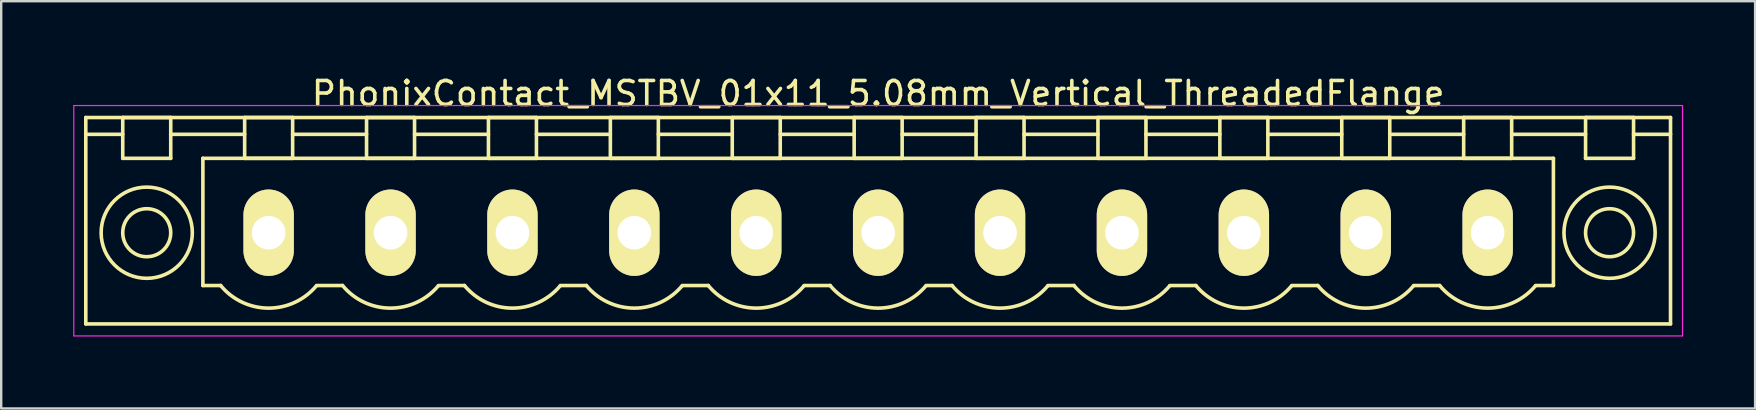
<source format=kicad_pcb>
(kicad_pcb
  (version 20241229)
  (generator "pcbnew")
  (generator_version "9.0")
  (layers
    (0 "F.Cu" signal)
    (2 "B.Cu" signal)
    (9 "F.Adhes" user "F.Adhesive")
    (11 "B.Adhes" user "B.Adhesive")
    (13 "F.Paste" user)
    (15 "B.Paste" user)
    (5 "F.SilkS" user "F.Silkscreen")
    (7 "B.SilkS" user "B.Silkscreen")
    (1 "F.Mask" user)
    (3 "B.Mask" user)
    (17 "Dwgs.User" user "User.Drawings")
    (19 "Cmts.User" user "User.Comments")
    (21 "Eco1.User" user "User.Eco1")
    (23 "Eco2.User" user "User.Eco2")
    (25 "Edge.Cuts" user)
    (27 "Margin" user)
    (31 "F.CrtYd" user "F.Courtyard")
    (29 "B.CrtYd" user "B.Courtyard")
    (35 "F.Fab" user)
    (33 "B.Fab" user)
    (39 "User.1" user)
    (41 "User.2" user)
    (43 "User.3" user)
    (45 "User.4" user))
  (footprint "PhonixContact_MSTBV_01x11_5.08mm_Vertical_ThreadedFlange"
    (layer "F.Cu")
    (at 8.145 6.648)
    (property "Reference" "PhonixContact_MSTBV_01x11_5.08mm_Vertical_ThreadedFlange" (at 25.4 -5.8 0) (layer "F.SilkS") (effects (font (size 1 1) (thickness 0.15))))
    (attr through_hole)
    (fp_line (start -7.62 -4.8) (end -7.62 3.8) (stroke (width 0.15) (type solid)) (layer "F.SilkS"))
    (fp_line (start -7.62 -4.1) (end -6.08 -4.1) (stroke (width 0.15) (type solid)) (layer "F.SilkS"))
    (fp_line (start -7.62 3.8) (end 58.42 3.8) (stroke (width 0.15) (type solid)) (layer "F.SilkS"))
    (fp_line (start -6.08 -4.8) (end -4.08 -4.8) (stroke (width 0.15) (type solid)) (layer "F.SilkS"))
    (fp_line (start -6.08 -3.1) (end -6.08 -4.8) (stroke (width 0.15) (type solid)) (layer "F.SilkS"))
    (fp_line (start -4.08 -4.8) (end -4.08 -3.1) (stroke (width 0.15) (type solid)) (layer "F.SilkS"))
    (fp_line (start -4.08 -4.1) (end -1 -4.1) (stroke (width 0.15) (type solid)) (layer "F.SilkS"))
    (fp_line (start -4.08 -3.1) (end -6.08 -3.1) (stroke (width 0.15) (type solid)) (layer "F.SilkS"))
    (fp_line (start -2.74 -3.1) (end 53.54 -3.1) (stroke (width 0.15) (type solid)) (layer "F.SilkS"))
    (fp_line (start -2.74 2.2) (end -2.74 -3.1) (stroke (width 0.15) (type solid)) (layer "F.SilkS"))
    (fp_line (start -2 2.2) (end -2.74 2.2) (stroke (width 0.15) (type solid)) (layer "F.SilkS"))
    (fp_line (start -1 -4.8) (end 1 -4.8) (stroke (width 0.15) (type solid)) (layer "F.SilkS"))
    (fp_line (start -1 -3.1) (end -1 -4.8) (stroke (width 0.15) (type solid)) (layer "F.SilkS"))
    (fp_line (start 1 -4.8) (end 1 -3.1) (stroke (width 0.15) (type solid)) (layer "F.SilkS"))
    (fp_line (start 1 -4.1) (end 4.08 -4.1) (stroke (width 0.15) (type solid)) (layer "F.SilkS"))
    (fp_line (start 1 -3.1) (end -1 -3.1) (stroke (width 0.15) (type solid)) (layer "F.SilkS"))
    (fp_line (start 2 2.2) (end 3.08 2.2) (stroke (width 0.15) (type solid)) (layer "F.SilkS"))
    (fp_line (start 4.08 -4.8) (end 6.08 -4.8) (stroke (width 0.15) (type solid)) (layer "F.SilkS"))
    (fp_line (start 4.08 -3.1) (end 4.08 -4.8) (stroke (width 0.15) (type solid)) (layer "F.SilkS"))
    (fp_line (start 6.08 -4.8) (end 6.08 -3.1) (stroke (width 0.15) (type solid)) (layer "F.SilkS"))
    (fp_line (start 6.08 -4.1) (end 9.16 -4.1) (stroke (width 0.15) (type solid)) (layer "F.SilkS"))
    (fp_line (start 6.08 -3.1) (end 4.08 -3.1) (stroke (width 0.15) (type solid)) (layer "F.SilkS"))
    (fp_line (start 7.08 2.2) (end 8.16 2.2) (stroke (width 0.15) (type solid)) (layer "F.SilkS"))
    (fp_line (start 9.16 -4.8) (end 11.16 -4.8) (stroke (width 0.15) (type solid)) (layer "F.SilkS"))
    (fp_line (start 9.16 -3.1) (end 9.16 -4.8) (stroke (width 0.15) (type solid)) (layer "F.SilkS"))
    (fp_line (start 11.16 -4.8) (end 11.16 -3.1) (stroke (width 0.15) (type solid)) (layer "F.SilkS"))
    (fp_line (start 11.16 -4.1) (end 14.24 -4.1) (stroke (width 0.15) (type solid)) (layer "F.SilkS"))
    (fp_line (start 11.16 -3.1) (end 9.16 -3.1) (stroke (width 0.15) (type solid)) (layer "F.SilkS"))
    (fp_line (start 12.16 2.2) (end 13.24 2.2) (stroke (width 0.15) (type solid)) (layer "F.SilkS"))
    (fp_line (start 14.24 -4.8) (end 16.24 -4.8) (stroke (width 0.15) (type solid)) (layer "F.SilkS"))
    (fp_line (start 14.24 -3.1) (end 14.24 -4.8) (stroke (width 0.15) (type solid)) (layer "F.SilkS"))
    (fp_line (start 16.24 -4.8) (end 16.24 -3.1) (stroke (width 0.15) (type solid)) (layer "F.SilkS"))
    (fp_line (start 16.24 -4.1) (end 19.32 -4.1) (stroke (width 0.15) (type solid)) (layer "F.SilkS"))
    (fp_line (start 16.24 -3.1) (end 14.24 -3.1) (stroke (width 0.15) (type solid)) (layer "F.SilkS"))
    (fp_line (start 17.24 2.2) (end 18.32 2.2) (stroke (width 0.15) (type solid)) (layer "F.SilkS"))
    (fp_line (start 19.32 -4.8) (end 21.32 -4.8) (stroke (width 0.15) (type solid)) (layer "F.SilkS"))
    (fp_line (start 19.32 -3.1) (end 19.32 -4.8) (stroke (width 0.15) (type solid)) (layer "F.SilkS"))
    (fp_line (start 21.32 -4.8) (end 21.32 -3.1) (stroke (width 0.15) (type solid)) (layer "F.SilkS"))
    (fp_line (start 21.32 -4.1) (end 24.4 -4.1) (stroke (width 0.15) (type solid)) (layer "F.SilkS"))
    (fp_line (start 21.32 -3.1) (end 19.32 -3.1) (stroke (width 0.15) (type solid)) (layer "F.SilkS"))
    (fp_line (start 22.32 2.2) (end 23.4 2.2) (stroke (width 0.15) (type solid)) (layer "F.SilkS"))
    (fp_line (start 24.4 -4.8) (end 26.4 -4.8) (stroke (width 0.15) (type solid)) (layer "F.SilkS"))
    (fp_line (start 24.4 -3.1) (end 24.4 -4.8) (stroke (width 0.15) (type solid)) (layer "F.SilkS"))
    (fp_line (start 26.4 -4.8) (end 26.4 -3.1) (stroke (width 0.15) (type solid)) (layer "F.SilkS"))
    (fp_line (start 26.4 -4.1) (end 29.48 -4.1) (stroke (width 0.15) (type solid)) (layer "F.SilkS"))
    (fp_line (start 26.4 -3.1) (end 24.4 -3.1) (stroke (width 0.15) (type solid)) (layer "F.SilkS"))
    (fp_line (start 27.4 2.2) (end 28.48 2.2) (stroke (width 0.15) (type solid)) (layer "F.SilkS"))
    (fp_line (start 29.48 -4.8) (end 31.48 -4.8) (stroke (width 0.15) (type solid)) (layer "F.SilkS"))
    (fp_line (start 29.48 -3.1) (end 29.48 -4.8) (stroke (width 0.15) (type solid)) (layer "F.SilkS"))
    (fp_line (start 31.48 -4.8) (end 31.48 -3.1) (stroke (width 0.15) (type solid)) (layer "F.SilkS"))
    (fp_line (start 31.48 -4.1) (end 34.56 -4.1) (stroke (width 0.15) (type solid)) (layer "F.SilkS"))
    (fp_line (start 31.48 -3.1) (end 29.48 -3.1) (stroke (width 0.15) (type solid)) (layer "F.SilkS"))
    (fp_line (start 32.48 2.2) (end 33.56 2.2) (stroke (width 0.15) (type solid)) (layer "F.SilkS"))
    (fp_line (start 34.56 -4.8) (end 36.56 -4.8) (stroke (width 0.15) (type solid)) (layer "F.SilkS"))
    (fp_line (start 34.56 -3.1) (end 34.56 -4.8) (stroke (width 0.15) (type solid)) (layer "F.SilkS"))
    (fp_line (start 36.56 -4.8) (end 36.56 -3.1) (stroke (width 0.15) (type solid)) (layer "F.SilkS"))
    (fp_line (start 36.56 -4.1) (end 39.64 -4.1) (stroke (width 0.15) (type solid)) (layer "F.SilkS"))
    (fp_line (start 36.56 -3.1) (end 34.56 -3.1) (stroke (width 0.15) (type solid)) (layer "F.SilkS"))
    (fp_line (start 37.56 2.2) (end 38.64 2.2) (stroke (width 0.15) (type solid)) (layer "F.SilkS"))
    (fp_line (start 39.64 -4.8) (end 41.64 -4.8) (stroke (width 0.15) (type solid)) (layer "F.SilkS"))
    (fp_line (start 39.64 -3.1) (end 39.64 -4.8) (stroke (width 0.15) (type solid)) (layer "F.SilkS"))
    (fp_line (start 41.64 -4.8) (end 41.64 -3.1) (stroke (width 0.15) (type solid)) (layer "F.SilkS"))
    (fp_line (start 41.64 -4.1) (end 44.72 -4.1) (stroke (width 0.15) (type solid)) (layer "F.SilkS"))
    (fp_line (start 41.64 -3.1) (end 39.64 -3.1) (stroke (width 0.15) (type solid)) (layer "F.SilkS"))
    (fp_line (start 42.64 2.2) (end 43.72 2.2) (stroke (width 0.15) (type solid)) (layer "F.SilkS"))
    (fp_line (start 44.72 -4.8) (end 46.72 -4.8) (stroke (width 0.15) (type solid)) (layer "F.SilkS"))
    (fp_line (start 44.72 -3.1) (end 44.72 -4.8) (stroke (width 0.15) (type solid)) (layer "F.SilkS"))
    (fp_line (start 46.72 -4.8) (end 46.72 -3.1) (stroke (width 0.15) (type solid)) (layer "F.SilkS"))
    (fp_line (start 46.72 -4.1) (end 49.8 -4.1) (stroke (width 0.15) (type solid)) (layer "F.SilkS"))
    (fp_line (start 46.72 -3.1) (end 44.72 -3.1) (stroke (width 0.15) (type solid)) (layer "F.SilkS"))
    (fp_line (start 47.72 2.2) (end 48.8 2.2) (stroke (width 0.15) (type solid)) (layer "F.SilkS"))
    (fp_line (start 49.8 -4.8) (end 51.8 -4.8) (stroke (width 0.15) (type solid)) (layer "F.SilkS"))
    (fp_line (start 49.8 -3.1) (end 49.8 -4.8) (stroke (width 0.15) (type solid)) (layer "F.SilkS"))
    (fp_line (start 51.8 -4.8) (end 51.8 -3.1) (stroke (width 0.15) (type solid)) (layer "F.SilkS"))
    (fp_line (start 51.8 -4.1) (end 54.88 -4.1) (stroke (width 0.15) (type solid)) (layer "F.SilkS"))
    (fp_line (start 51.8 -3.1) (end 49.8 -3.1) (stroke (width 0.15) (type solid)) (layer "F.SilkS"))
    (fp_line (start 53.54 -3.1) (end 53.54 2.2) (stroke (width 0.15) (type solid)) (layer "F.SilkS"))
    (fp_line (start 53.54 2.2) (end 52.8 2.2) (stroke (width 0.15) (type solid)) (layer "F.SilkS"))
    (fp_line (start 54.88 -4.8) (end 56.88 -4.8) (stroke (width 0.15) (type solid)) (layer "F.SilkS"))
    (fp_line (start 54.88 -3.1) (end 54.88 -4.8) (stroke (width 0.15) (type solid)) (layer "F.SilkS"))
    (fp_line (start 56.88 -4.8) (end 56.88 -3.1) (stroke (width 0.15) (type solid)) (layer "F.SilkS"))
    (fp_line (start 56.88 -3.1) (end 54.88 -3.1) (stroke (width 0.15) (type solid)) (layer "F.SilkS"))
    (fp_line (start 58.42 -4.8) (end -7.62 -4.8) (stroke (width 0.15) (type solid)) (layer "F.SilkS"))
    (fp_line (start 58.42 -4.1) (end 56.88 -4.1) (stroke (width 0.15) (type solid)) (layer "F.SilkS"))
    (fp_line (start 58.42 3.8) (end 58.42 -4.8) (stroke (width 0.15) (type solid)) (layer "F.SilkS"))
    (fp_arc (start 1.986842 2.215821) (mid -0.010289 3.142758) (end -2 2.2) (stroke (width 0.15) (type solid)) (layer "F.SilkS"))
    (fp_arc (start 7.066842 2.215821) (mid 5.069711 3.142758) (end 3.08 2.2) (stroke (width 0.15) (type solid)) (layer "F.SilkS"))
    (fp_arc (start 12.146842 2.215821) (mid 10.149711 3.142758) (end 8.16 2.2) (stroke (width 0.15) (type solid)) (layer "F.SilkS"))
    (fp_arc (start 17.226842 2.215821) (mid 15.229711 3.142758) (end 13.24 2.2) (stroke (width 0.15) (type solid)) (layer "F.SilkS"))
    (fp_arc (start 22.306842 2.215821) (mid 20.309711 3.142758) (end 18.32 2.2) (stroke (width 0.15) (type solid)) (layer "F.SilkS"))
    (fp_arc (start 27.386842 2.215821) (mid 25.389711 3.142758) (end 23.4 2.2) (stroke (width 0.15) (type solid)) (layer "F.SilkS"))
    (fp_arc (start 32.466842 2.215821) (mid 30.469711 3.142758) (end 28.48 2.2) (stroke (width 0.15) (type solid)) (layer "F.SilkS"))
    (fp_arc (start 37.546842 2.215821) (mid 35.549711 3.142758) (end 33.56 2.2) (stroke (width 0.15) (type solid)) (layer "F.SilkS"))
    (fp_arc (start 42.626842 2.215821) (mid 40.629711 3.142758) (end 38.64 2.2) (stroke (width 0.15) (type solid)) (layer "F.SilkS"))
    (fp_arc (start 47.706842 2.215821) (mid 45.709711 3.142758) (end 43.72 2.2) (stroke (width 0.15) (type solid)) (layer "F.SilkS"))
    (fp_arc (start 52.786842 2.215821) (mid 50.789711 3.142758) (end 48.8 2.2) (stroke (width 0.15) (type solid)) (layer "F.SilkS"))
    (fp_circle (center -5.08 0) (end -4.08 0) (stroke (width 0.15) (type solid)) (fill no) (layer "F.SilkS"))
    (fp_circle (center -5.08 0) (end -3.18 0) (stroke (width 0.15) (type solid)) (fill no) (layer "F.SilkS"))
    (fp_circle (center 55.88 0) (end 56.88 0) (stroke (width 0.15) (type solid)) (fill no) (layer "F.SilkS"))
    (fp_circle (center 55.88 0) (end 57.78 0) (stroke (width 0.15) (type solid)) (fill no) (layer "F.SilkS"))
    (fp_line (start -8.12 -5.3) (end -8.12 4.3) (stroke (width 0.05) (type solid)) (layer "F.CrtYd"))
    (fp_line (start -8.12 4.3) (end 58.92 4.3) (stroke (width 0.05) (type solid)) (layer "F.CrtYd"))
    (fp_line (start 58.92 -5.3) (end -8.12 -5.3) (stroke (width 0.05) (type solid)) (layer "F.CrtYd"))
    (fp_line (start 58.92 4.3) (end 58.92 -5.3) (stroke (width 0.05) (type solid)) (layer "F.CrtYd"))
    (pad "1" thru_hole oval (at 0 0) (size 2.1 3.6) (drill 1.4) (layers "*.Cu" "*.Mask" "F.SilkS"))
    (pad "2" thru_hole oval (at 5.08 0) (size 2.1 3.6) (drill 1.4) (layers "*.Cu" "*.Mask" "F.SilkS"))
    (pad "3" thru_hole oval (at 10.16 0) (size 2.1 3.6) (drill 1.4) (layers "*.Cu" "*.Mask" "F.SilkS"))
    (pad "4" thru_hole oval (at 15.24 0) (size 2.1 3.6) (drill 1.4) (layers "*.Cu" "*.Mask" "F.SilkS"))
    (pad "5" thru_hole oval (at 20.32 0) (size 2.1 3.6) (drill 1.4) (layers "*.Cu" "*.Mask" "F.SilkS"))
    (pad "6" thru_hole oval (at 25.4 0) (size 2.1 3.6) (drill 1.4) (layers "*.Cu" "*.Mask" "F.SilkS"))
    (pad "7" thru_hole oval (at 30.48 0) (size 2.1 3.6) (drill 1.4) (layers "*.Cu" "*.Mask" "F.SilkS"))
    (pad "8" thru_hole oval (at 35.56 0) (size 2.1 3.6) (drill 1.4) (layers "*.Cu" "*.Mask" "F.SilkS"))
    (pad "9" thru_hole oval (at 40.64 0) (size 2.1 3.6) (drill 1.4) (layers "*.Cu" "*.Mask" "F.SilkS"))
    (pad "10" thru_hole oval (at 45.72 0) (size 2.1 3.6) (drill 1.4) (layers "*.Cu" "*.Mask" "F.SilkS"))
    (pad "11" thru_hole oval (at 50.8 0) (size 2.1 3.6) (drill 1.4) (layers "*.Cu" "*.Mask" "F.SilkS")))
  (gr_rect
    (start -3 -3)
    (end 70.09 13.973)
    (stroke (width 0.1) (type default))
    (fill no)
    (layer "Edge.Cuts")))
</source>
